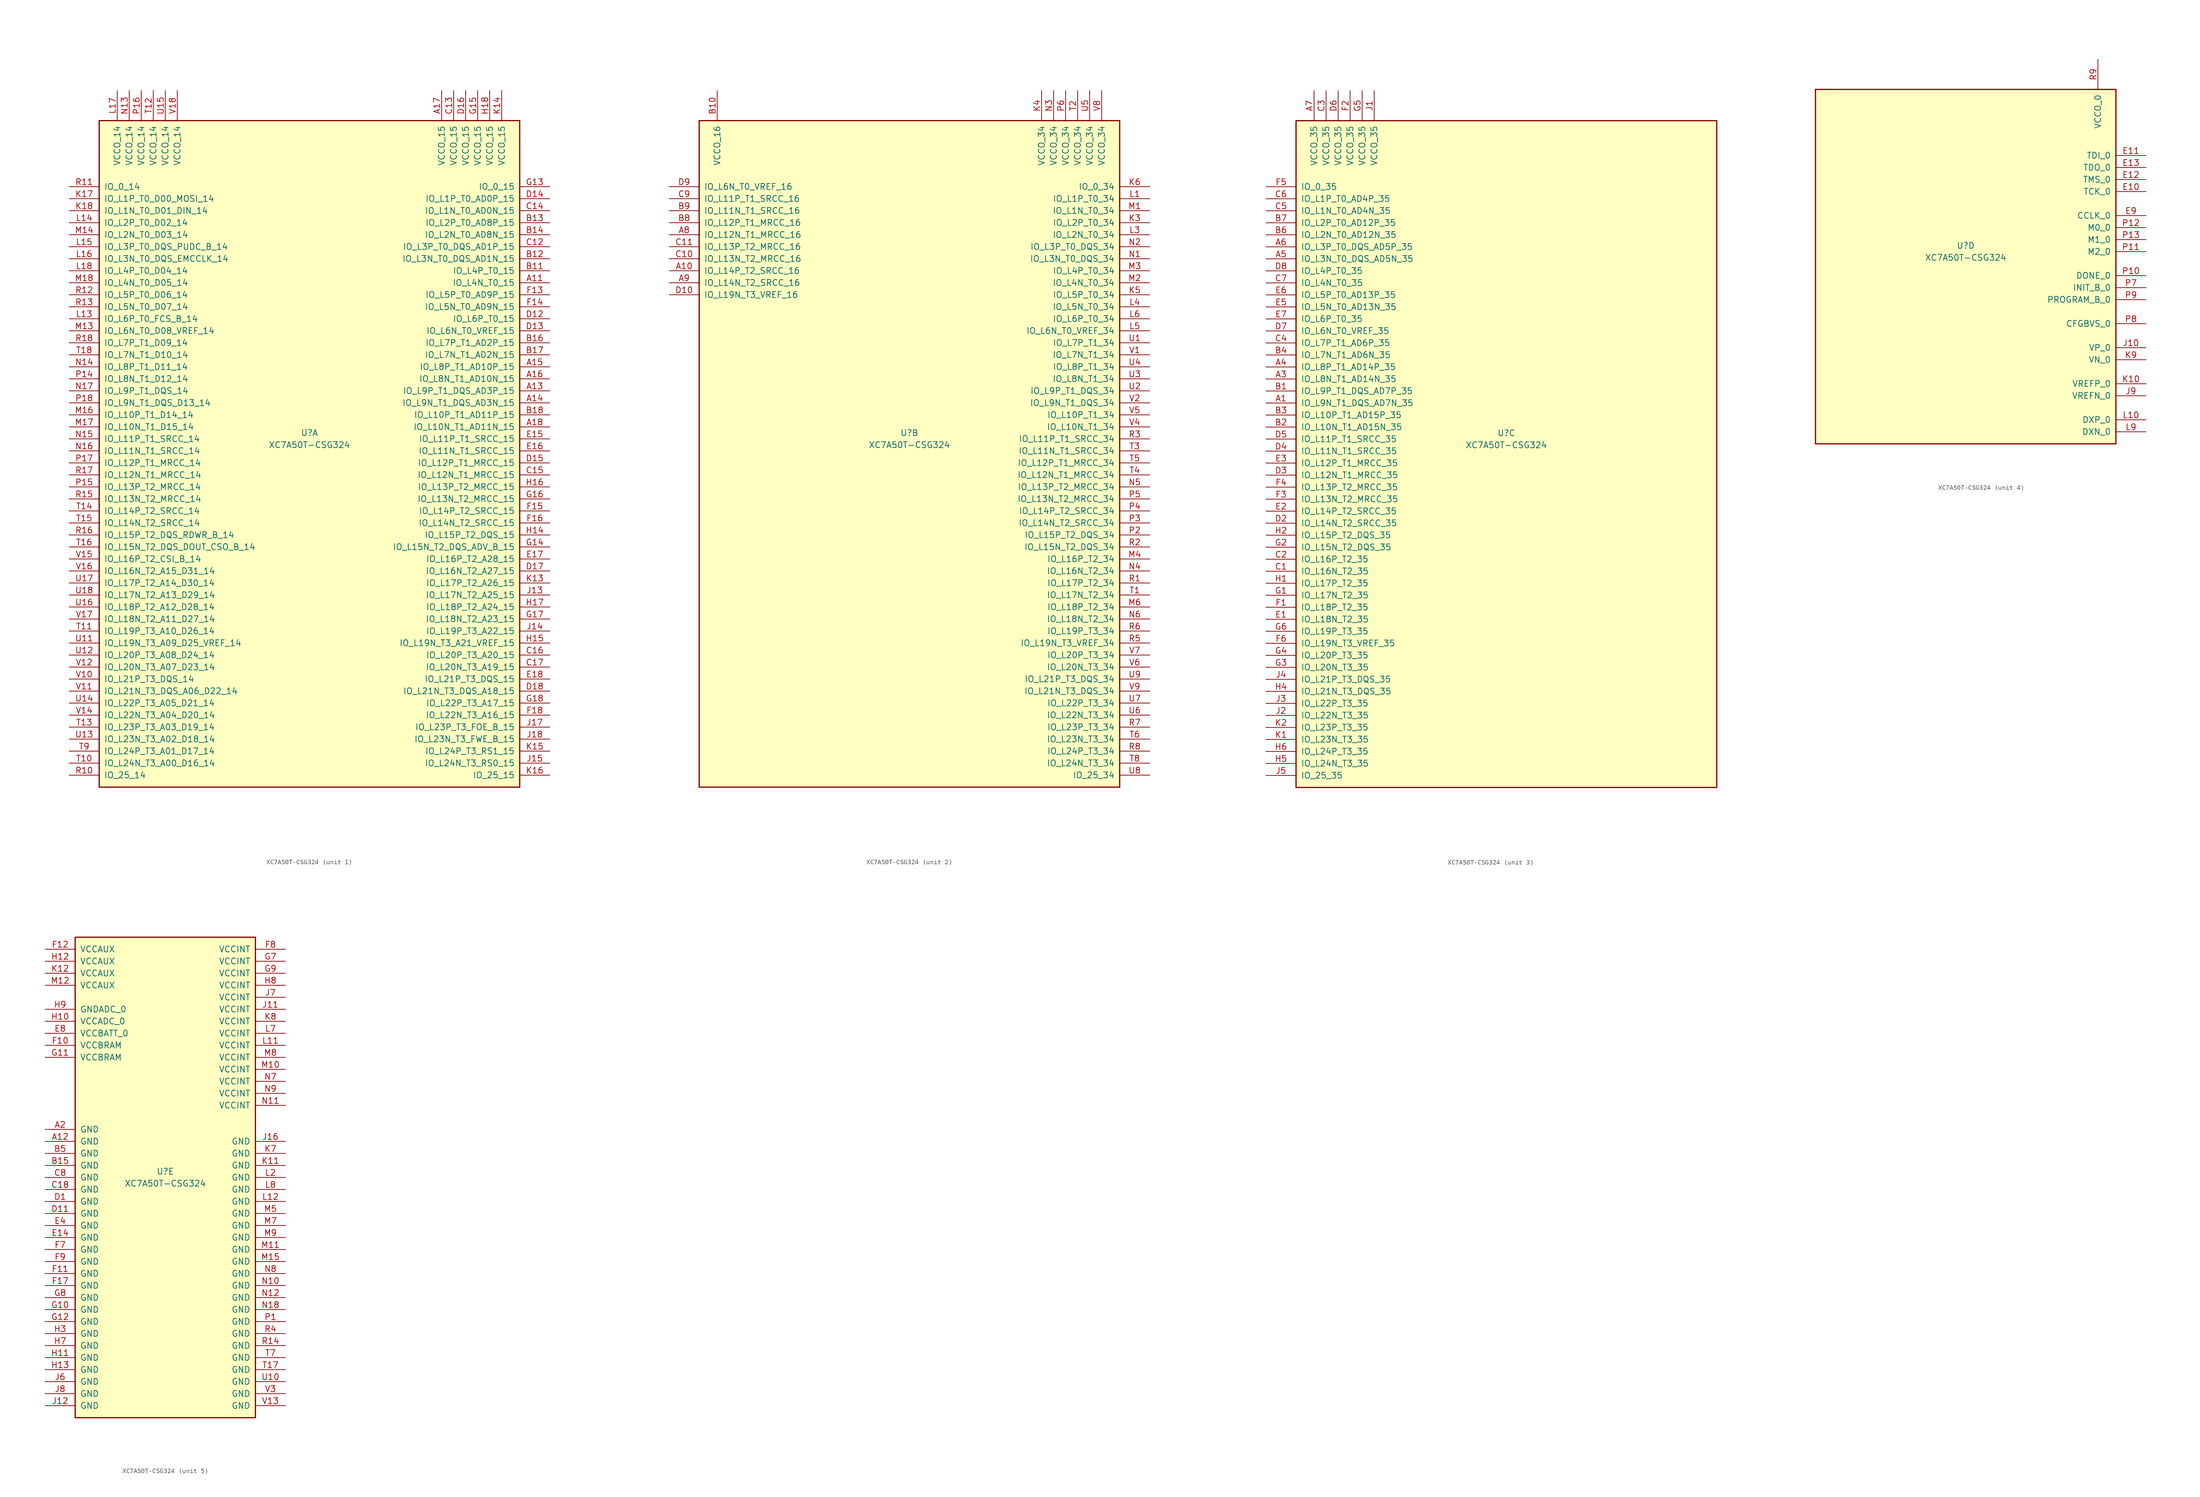
<source format=kicad_sym>
(kicad_symbol_lib
  (version 20211014)
  (generator kicad_symbol_editor)
  (symbol "XC7A50T-CSG324"
    (pin_names
      (offset 1.016))
    (property "Reference" "U"
      (at 0 1.27 0)
      (effects (font (size 1.27 1.27))))
    (property "Value" "XC7A50T-CSG324"
      (at 0 -1.27 0)
      (effects (font (size 1.27 1.27))))
    (property "Datasheet" ""
      (at 0 0 0)
      (effects (font (size 1.27 1.27))))
    (property "ki_locked" ""
      (at 0 0 0)
      (effects (font (size 1.27 1.27))))
    (symbol "XC7A50T-CSG324_1_1"
      (rectangle (start -44.45 67.31) (end 44.45 -73.66) (stroke (width 0.254) (type default) (color 0 0 0 0)) (fill (type background)))
      (pin bidirectional line (at 50.8 33.02 180) (length 6.35) (name "IO_L4N_T0_15" (effects (font (size 1.27 1.27)))) (number "A11" (effects (font (size 1.27 1.27)))))
      (pin bidirectional line (at 50.8 10.16 180) (length 6.35) (name "IO_L9P_T1_DQS_AD3P_15" (effects (font (size 1.27 1.27)))) (number "A13" (effects (font (size 1.27 1.27)))))
      (pin bidirectional line (at 50.8 7.62 180) (length 6.35) (name "IO_L9N_T1_DQS_AD3N_15" (effects (font (size 1.27 1.27)))) (number "A14" (effects (font (size 1.27 1.27)))))
      (pin bidirectional line (at 50.8 15.24 180) (length 6.35) (name "IO_L8P_T1_AD10P_15" (effects (font (size 1.27 1.27)))) (number "A15" (effects (font (size 1.27 1.27)))))
      (pin bidirectional line (at 50.8 12.7 180) (length 6.35) (name "IO_L8N_T1_AD10N_15" (effects (font (size 1.27 1.27)))) (number "A16" (effects (font (size 1.27 1.27)))))
      (pin power_in line (at 27.94 73.66 270) (length 6.35) (name "VCCO_15" (effects (font (size 1.27 1.27)))) (number "A17" (effects (font (size 1.27 1.27)))))
      (pin bidirectional line (at 50.8 2.54 180) (length 6.35) (name "IO_L10N_T1_AD11N_15" (effects (font (size 1.27 1.27)))) (number "A18" (effects (font (size 1.27 1.27)))))
      (pin bidirectional line (at 50.8 35.56 180) (length 6.35) (name "IO_L4P_T0_15" (effects (font (size 1.27 1.27)))) (number "B11" (effects (font (size 1.27 1.27)))))
      (pin bidirectional line (at 50.8 38.1 180) (length 6.35) (name "IO_L3N_T0_DQS_AD1N_15" (effects (font (size 1.27 1.27)))) (number "B12" (effects (font (size 1.27 1.27)))))
      (pin bidirectional line (at 50.8 45.72 180) (length 6.35) (name "IO_L2P_T0_AD8P_15" (effects (font (size 1.27 1.27)))) (number "B13" (effects (font (size 1.27 1.27)))))
      (pin bidirectional line (at 50.8 43.18 180) (length 6.35) (name "IO_L2N_T0_AD8N_15" (effects (font (size 1.27 1.27)))) (number "B14" (effects (font (size 1.27 1.27)))))
      (pin bidirectional line (at 50.8 20.32 180) (length 6.35) (name "IO_L7P_T1_AD2P_15" (effects (font (size 1.27 1.27)))) (number "B16" (effects (font (size 1.27 1.27)))))
      (pin bidirectional line (at 50.8 17.78 180) (length 6.35) (name "IO_L7N_T1_AD2N_15" (effects (font (size 1.27 1.27)))) (number "B17" (effects (font (size 1.27 1.27)))))
      (pin bidirectional line (at 50.8 5.08 180) (length 6.35) (name "IO_L10P_T1_AD11P_15" (effects (font (size 1.27 1.27)))) (number "B18" (effects (font (size 1.27 1.27)))))
      (pin bidirectional line (at 50.8 40.64 180) (length 6.35) (name "IO_L3P_T0_DQS_AD1P_15" (effects (font (size 1.27 1.27)))) (number "C12" (effects (font (size 1.27 1.27)))))
      (pin power_in line (at 30.48 73.66 270) (length 6.35) (name "VCCO_15" (effects (font (size 1.27 1.27)))) (number "C13" (effects (font (size 1.27 1.27)))))
      (pin bidirectional line (at 50.8 48.26 180) (length 6.35) (name "IO_L1N_T0_AD0N_15" (effects (font (size 1.27 1.27)))) (number "C14" (effects (font (size 1.27 1.27)))))
      (pin bidirectional line (at 50.8 -7.62 180) (length 6.35) (name "IO_L12N_T1_MRCC_15" (effects (font (size 1.27 1.27)))) (number "C15" (effects (font (size 1.27 1.27)))))
      (pin bidirectional line (at 50.8 -45.72 180) (length 6.35) (name "IO_L20P_T3_A20_15" (effects (font (size 1.27 1.27)))) (number "C16" (effects (font (size 1.27 1.27)))))
      (pin bidirectional line (at 50.8 -48.26 180) (length 6.35) (name "IO_L20N_T3_A19_15" (effects (font (size 1.27 1.27)))) (number "C17" (effects (font (size 1.27 1.27)))))
      (pin bidirectional line (at 50.8 25.4 180) (length 6.35) (name "IO_L6P_T0_15" (effects (font (size 1.27 1.27)))) (number "D12" (effects (font (size 1.27 1.27)))))
      (pin bidirectional line (at 50.8 22.86 180) (length 6.35) (name "IO_L6N_T0_VREF_15" (effects (font (size 1.27 1.27)))) (number "D13" (effects (font (size 1.27 1.27)))))
      (pin bidirectional line (at 50.8 50.8 180) (length 6.35) (name "IO_L1P_T0_AD0P_15" (effects (font (size 1.27 1.27)))) (number "D14" (effects (font (size 1.27 1.27)))))
      (pin bidirectional line (at 50.8 -5.08 180) (length 6.35) (name "IO_L12P_T1_MRCC_15" (effects (font (size 1.27 1.27)))) (number "D15" (effects (font (size 1.27 1.27)))))
      (pin power_in line (at 33.02 73.66 270) (length 6.35) (name "VCCO_15" (effects (font (size 1.27 1.27)))) (number "D16" (effects (font (size 1.27 1.27)))))
      (pin bidirectional line (at 50.8 -27.94 180) (length 6.35) (name "IO_L16N_T2_A27_15" (effects (font (size 1.27 1.27)))) (number "D17" (effects (font (size 1.27 1.27)))))
      (pin bidirectional line (at 50.8 -53.34 180) (length 6.35) (name "IO_L21N_T3_DQS_A18_15" (effects (font (size 1.27 1.27)))) (number "D18" (effects (font (size 1.27 1.27)))))
      (pin bidirectional line (at 50.8 0 180) (length 6.35) (name "IO_L11P_T1_SRCC_15" (effects (font (size 1.27 1.27)))) (number "E15" (effects (font (size 1.27 1.27)))))
      (pin bidirectional line (at 50.8 -2.54 180) (length 6.35) (name "IO_L11N_T1_SRCC_15" (effects (font (size 1.27 1.27)))) (number "E16" (effects (font (size 1.27 1.27)))))
      (pin bidirectional line (at 50.8 -25.4 180) (length 6.35) (name "IO_L16P_T2_A28_15" (effects (font (size 1.27 1.27)))) (number "E17" (effects (font (size 1.27 1.27)))))
      (pin bidirectional line (at 50.8 -50.8 180) (length 6.35) (name "IO_L21P_T3_DQS_15" (effects (font (size 1.27 1.27)))) (number "E18" (effects (font (size 1.27 1.27)))))
      (pin bidirectional line (at 50.8 30.48 180) (length 6.35) (name "IO_L5P_T0_AD9P_15" (effects (font (size 1.27 1.27)))) (number "F13" (effects (font (size 1.27 1.27)))))
      (pin bidirectional line (at 50.8 27.94 180) (length 6.35) (name "IO_L5N_T0_AD9N_15" (effects (font (size 1.27 1.27)))) (number "F14" (effects (font (size 1.27 1.27)))))
      (pin bidirectional line (at 50.8 -15.24 180) (length 6.35) (name "IO_L14P_T2_SRCC_15" (effects (font (size 1.27 1.27)))) (number "F15" (effects (font (size 1.27 1.27)))))
      (pin bidirectional line (at 50.8 -17.78 180) (length 6.35) (name "IO_L14N_T2_SRCC_15" (effects (font (size 1.27 1.27)))) (number "F16" (effects (font (size 1.27 1.27)))))
      (pin bidirectional line (at 50.8 -58.42 180) (length 6.35) (name "IO_L22N_T3_A16_15" (effects (font (size 1.27 1.27)))) (number "F18" (effects (font (size 1.27 1.27)))))
      (pin bidirectional line (at 50.8 53.34 180) (length 6.35) (name "IO_0_15" (effects (font (size 1.27 1.27)))) (number "G13" (effects (font (size 1.27 1.27)))))
      (pin bidirectional line (at 50.8 -22.86 180) (length 6.35) (name "IO_L15N_T2_DQS_ADV_B_15" (effects (font (size 1.27 1.27)))) (number "G14" (effects (font (size 1.27 1.27)))))
      (pin power_in line (at 35.56 73.66 270) (length 6.35) (name "VCCO_15" (effects (font (size 1.27 1.27)))) (number "G15" (effects (font (size 1.27 1.27)))))
      (pin bidirectional line (at 50.8 -12.7 180) (length 6.35) (name "IO_L13N_T2_MRCC_15" (effects (font (size 1.27 1.27)))) (number "G16" (effects (font (size 1.27 1.27)))))
      (pin bidirectional line (at 50.8 -38.1 180) (length 6.35) (name "IO_L18N_T2_A23_15" (effects (font (size 1.27 1.27)))) (number "G17" (effects (font (size 1.27 1.27)))))
      (pin bidirectional line (at 50.8 -55.88 180) (length 6.35) (name "IO_L22P_T3_A17_15" (effects (font (size 1.27 1.27)))) (number "G18" (effects (font (size 1.27 1.27)))))
      (pin bidirectional line (at 50.8 -20.32 180) (length 6.35) (name "IO_L15P_T2_DQS_15" (effects (font (size 1.27 1.27)))) (number "H14" (effects (font (size 1.27 1.27)))))
      (pin bidirectional line (at 50.8 -43.18 180) (length 6.35) (name "IO_L19N_T3_A21_VREF_15" (effects (font (size 1.27 1.27)))) (number "H15" (effects (font (size 1.27 1.27)))))
      (pin bidirectional line (at 50.8 -10.16 180) (length 6.35) (name "IO_L13P_T2_MRCC_15" (effects (font (size 1.27 1.27)))) (number "H16" (effects (font (size 1.27 1.27)))))
      (pin bidirectional line (at 50.8 -35.56 180) (length 6.35) (name "IO_L18P_T2_A24_15" (effects (font (size 1.27 1.27)))) (number "H17" (effects (font (size 1.27 1.27)))))
      (pin power_in line (at 38.1 73.66 270) (length 6.35) (name "VCCO_15" (effects (font (size 1.27 1.27)))) (number "H18" (effects (font (size 1.27 1.27)))))
      (pin bidirectional line (at 50.8 -33.02 180) (length 6.35) (name "IO_L17N_T2_A25_15" (effects (font (size 1.27 1.27)))) (number "J13" (effects (font (size 1.27 1.27)))))
      (pin bidirectional line (at 50.8 -40.64 180) (length 6.35) (name "IO_L19P_T3_A22_15" (effects (font (size 1.27 1.27)))) (number "J14" (effects (font (size 1.27 1.27)))))
      (pin bidirectional line (at 50.8 -68.58 180) (length 6.35) (name "IO_L24N_T3_RS0_15" (effects (font (size 1.27 1.27)))) (number "J15" (effects (font (size 1.27 1.27)))))
      (pin bidirectional line (at 50.8 -60.96 180) (length 6.35) (name "IO_L23P_T3_FOE_B_15" (effects (font (size 1.27 1.27)))) (number "J17" (effects (font (size 1.27 1.27)))))
      (pin bidirectional line (at 50.8 -63.5 180) (length 6.35) (name "IO_L23N_T3_FWE_B_15" (effects (font (size 1.27 1.27)))) (number "J18" (effects (font (size 1.27 1.27)))))
      (pin bidirectional line (at 50.8 -30.48 180) (length 6.35) (name "IO_L17P_T2_A26_15" (effects (font (size 1.27 1.27)))) (number "K13" (effects (font (size 1.27 1.27)))))
      (pin power_in line (at 40.64 73.66 270) (length 6.35) (name "VCCO_15" (effects (font (size 1.27 1.27)))) (number "K14" (effects (font (size 1.27 1.27)))))
      (pin bidirectional line (at 50.8 -66.04 180) (length 6.35) (name "IO_L24P_T3_RS1_15" (effects (font (size 1.27 1.27)))) (number "K15" (effects (font (size 1.27 1.27)))))
      (pin bidirectional line (at 50.8 -71.12 180) (length 6.35) (name "IO_25_15" (effects (font (size 1.27 1.27)))) (number "K16" (effects (font (size 1.27 1.27)))))
      (pin bidirectional line (at -50.8 50.8 0) (length 6.35) (name "IO_L1P_T0_D00_MOSI_14" (effects (font (size 1.27 1.27)))) (number "K17" (effects (font (size 1.27 1.27)))))
      (pin bidirectional line (at -50.8 48.26 0) (length 6.35) (name "IO_L1N_T0_D01_DIN_14" (effects (font (size 1.27 1.27)))) (number "K18" (effects (font (size 1.27 1.27)))))
      (pin bidirectional line (at -50.8 25.4 0) (length 6.35) (name "IO_L6P_T0_FCS_B_14" (effects (font (size 1.27 1.27)))) (number "L13" (effects (font (size 1.27 1.27)))))
      (pin bidirectional line (at -50.8 45.72 0) (length 6.35) (name "IO_L2P_T0_D02_14" (effects (font (size 1.27 1.27)))) (number "L14" (effects (font (size 1.27 1.27)))))
      (pin bidirectional line (at -50.8 40.64 0) (length 6.35) (name "IO_L3P_T0_DQS_PUDC_B_14" (effects (font (size 1.27 1.27)))) (number "L15" (effects (font (size 1.27 1.27)))))
      (pin bidirectional line (at -50.8 38.1 0) (length 6.35) (name "IO_L3N_T0_DQS_EMCCLK_14" (effects (font (size 1.27 1.27)))) (number "L16" (effects (font (size 1.27 1.27)))))
      (pin power_in line (at -40.64 73.66 270) (length 6.35) (name "VCCO_14" (effects (font (size 1.27 1.27)))) (number "L17" (effects (font (size 1.27 1.27)))))
      (pin bidirectional line (at -50.8 35.56 0) (length 6.35) (name "IO_L4P_T0_D04_14" (effects (font (size 1.27 1.27)))) (number "L18" (effects (font (size 1.27 1.27)))))
      (pin bidirectional line (at -50.8 22.86 0) (length 6.35) (name "IO_L6N_T0_D08_VREF_14" (effects (font (size 1.27 1.27)))) (number "M13" (effects (font (size 1.27 1.27)))))
      (pin bidirectional line (at -50.8 43.18 0) (length 6.35) (name "IO_L2N_T0_D03_14" (effects (font (size 1.27 1.27)))) (number "M14" (effects (font (size 1.27 1.27)))))
      (pin bidirectional line (at -50.8 5.08 0) (length 6.35) (name "IO_L10P_T1_D14_14" (effects (font (size 1.27 1.27)))) (number "M16" (effects (font (size 1.27 1.27)))))
      (pin bidirectional line (at -50.8 2.54 0) (length 6.35) (name "IO_L10N_T1_D15_14" (effects (font (size 1.27 1.27)))) (number "M17" (effects (font (size 1.27 1.27)))))
      (pin bidirectional line (at -50.8 33.02 0) (length 6.35) (name "IO_L4N_T0_D05_14" (effects (font (size 1.27 1.27)))) (number "M18" (effects (font (size 1.27 1.27)))))
      (pin power_in line (at -38.1 73.66 270) (length 6.35) (name "VCCO_14" (effects (font (size 1.27 1.27)))) (number "N13" (effects (font (size 1.27 1.27)))))
      (pin bidirectional line (at -50.8 15.24 0) (length 6.35) (name "IO_L8P_T1_D11_14" (effects (font (size 1.27 1.27)))) (number "N14" (effects (font (size 1.27 1.27)))))
      (pin bidirectional line (at -50.8 0 0) (length 6.35) (name "IO_L11P_T1_SRCC_14" (effects (font (size 1.27 1.27)))) (number "N15" (effects (font (size 1.27 1.27)))))
      (pin bidirectional line (at -50.8 -2.54 0) (length 6.35) (name "IO_L11N_T1_SRCC_14" (effects (font (size 1.27 1.27)))) (number "N16" (effects (font (size 1.27 1.27)))))
      (pin bidirectional line (at -50.8 10.16 0) (length 6.35) (name "IO_L9P_T1_DQS_14" (effects (font (size 1.27 1.27)))) (number "N17" (effects (font (size 1.27 1.27)))))
      (pin bidirectional line (at -50.8 12.7 0) (length 6.35) (name "IO_L8N_T1_D12_14" (effects (font (size 1.27 1.27)))) (number "P14" (effects (font (size 1.27 1.27)))))
      (pin bidirectional line (at -50.8 -10.16 0) (length 6.35) (name "IO_L13P_T2_MRCC_14" (effects (font (size 1.27 1.27)))) (number "P15" (effects (font (size 1.27 1.27)))))
      (pin power_in line (at -35.56 73.66 270) (length 6.35) (name "VCCO_14" (effects (font (size 1.27 1.27)))) (number "P16" (effects (font (size 1.27 1.27)))))
      (pin bidirectional line (at -50.8 -5.08 0) (length 6.35) (name "IO_L12P_T1_MRCC_14" (effects (font (size 1.27 1.27)))) (number "P17" (effects (font (size 1.27 1.27)))))
      (pin bidirectional line (at -50.8 7.62 0) (length 6.35) (name "IO_L9N_T1_DQS_D13_14" (effects (font (size 1.27 1.27)))) (number "P18" (effects (font (size 1.27 1.27)))))
      (pin bidirectional line (at -50.8 -71.12 0) (length 6.35) (name "IO_25_14" (effects (font (size 1.27 1.27)))) (number "R10" (effects (font (size 1.27 1.27)))))
      (pin bidirectional line (at -50.8 53.34 0) (length 6.35) (name "IO_0_14" (effects (font (size 1.27 1.27)))) (number "R11" (effects (font (size 1.27 1.27)))))
      (pin bidirectional line (at -50.8 30.48 0) (length 6.35) (name "IO_L5P_T0_D06_14" (effects (font (size 1.27 1.27)))) (number "R12" (effects (font (size 1.27 1.27)))))
      (pin bidirectional line (at -50.8 27.94 0) (length 6.35) (name "IO_L5N_T0_D07_14" (effects (font (size 1.27 1.27)))) (number "R13" (effects (font (size 1.27 1.27)))))
      (pin bidirectional line (at -50.8 -12.7 0) (length 6.35) (name "IO_L13N_T2_MRCC_14" (effects (font (size 1.27 1.27)))) (number "R15" (effects (font (size 1.27 1.27)))))
      (pin bidirectional line (at -50.8 -20.32 0) (length 6.35) (name "IO_L15P_T2_DQS_RDWR_B_14" (effects (font (size 1.27 1.27)))) (number "R16" (effects (font (size 1.27 1.27)))))
      (pin bidirectional line (at -50.8 -7.62 0) (length 6.35) (name "IO_L12N_T1_MRCC_14" (effects (font (size 1.27 1.27)))) (number "R17" (effects (font (size 1.27 1.27)))))
      (pin bidirectional line (at -50.8 20.32 0) (length 6.35) (name "IO_L7P_T1_D09_14" (effects (font (size 1.27 1.27)))) (number "R18" (effects (font (size 1.27 1.27)))))
      (pin bidirectional line (at -50.8 -68.58 0) (length 6.35) (name "IO_L24N_T3_A00_D16_14" (effects (font (size 1.27 1.27)))) (number "T10" (effects (font (size 1.27 1.27)))))
      (pin bidirectional line (at -50.8 -40.64 0) (length 6.35) (name "IO_L19P_T3_A10_D26_14" (effects (font (size 1.27 1.27)))) (number "T11" (effects (font (size 1.27 1.27)))))
      (pin power_in line (at -33.02 73.66 270) (length 6.35) (name "VCCO_14" (effects (font (size 1.27 1.27)))) (number "T12" (effects (font (size 1.27 1.27)))))
      (pin bidirectional line (at -50.8 -60.96 0) (length 6.35) (name "IO_L23P_T3_A03_D19_14" (effects (font (size 1.27 1.27)))) (number "T13" (effects (font (size 1.27 1.27)))))
      (pin bidirectional line (at -50.8 -15.24 0) (length 6.35) (name "IO_L14P_T2_SRCC_14" (effects (font (size 1.27 1.27)))) (number "T14" (effects (font (size 1.27 1.27)))))
      (pin bidirectional line (at -50.8 -17.78 0) (length 6.35) (name "IO_L14N_T2_SRCC_14" (effects (font (size 1.27 1.27)))) (number "T15" (effects (font (size 1.27 1.27)))))
      (pin bidirectional line (at -50.8 -22.86 0) (length 6.35) (name "IO_L15N_T2_DQS_DOUT_CSO_B_14" (effects (font (size 1.27 1.27)))) (number "T16" (effects (font (size 1.27 1.27)))))
      (pin bidirectional line (at -50.8 17.78 0) (length 6.35) (name "IO_L7N_T1_D10_14" (effects (font (size 1.27 1.27)))) (number "T18" (effects (font (size 1.27 1.27)))))
      (pin bidirectional line (at -50.8 -66.04 0) (length 6.35) (name "IO_L24P_T3_A01_D17_14" (effects (font (size 1.27 1.27)))) (number "T9" (effects (font (size 1.27 1.27)))))
      (pin bidirectional line (at -50.8 -43.18 0) (length 6.35) (name "IO_L19N_T3_A09_D25_VREF_14" (effects (font (size 1.27 1.27)))) (number "U11" (effects (font (size 1.27 1.27)))))
      (pin bidirectional line (at -50.8 -45.72 0) (length 6.35) (name "IO_L20P_T3_A08_D24_14" (effects (font (size 1.27 1.27)))) (number "U12" (effects (font (size 1.27 1.27)))))
      (pin bidirectional line (at -50.8 -63.5 0) (length 6.35) (name "IO_L23N_T3_A02_D18_14" (effects (font (size 1.27 1.27)))) (number "U13" (effects (font (size 1.27 1.27)))))
      (pin bidirectional line (at -50.8 -55.88 0) (length 6.35) (name "IO_L22P_T3_A05_D21_14" (effects (font (size 1.27 1.27)))) (number "U14" (effects (font (size 1.27 1.27)))))
      (pin power_in line (at -30.48 73.66 270) (length 6.35) (name "VCCO_14" (effects (font (size 1.27 1.27)))) (number "U15" (effects (font (size 1.27 1.27)))))
      (pin bidirectional line (at -50.8 -35.56 0) (length 6.35) (name "IO_L18P_T2_A12_D28_14" (effects (font (size 1.27 1.27)))) (number "U16" (effects (font (size 1.27 1.27)))))
      (pin bidirectional line (at -50.8 -30.48 0) (length 6.35) (name "IO_L17P_T2_A14_D30_14" (effects (font (size 1.27 1.27)))) (number "U17" (effects (font (size 1.27 1.27)))))
      (pin bidirectional line (at -50.8 -33.02 0) (length 6.35) (name "IO_L17N_T2_A13_D29_14" (effects (font (size 1.27 1.27)))) (number "U18" (effects (font (size 1.27 1.27)))))
      (pin bidirectional line (at -50.8 -50.8 0) (length 6.35) (name "IO_L21P_T3_DQS_14" (effects (font (size 1.27 1.27)))) (number "V10" (effects (font (size 1.27 1.27)))))
      (pin bidirectional line (at -50.8 -53.34 0) (length 6.35) (name "IO_L21N_T3_DQS_A06_D22_14" (effects (font (size 1.27 1.27)))) (number "V11" (effects (font (size 1.27 1.27)))))
      (pin bidirectional line (at -50.8 -48.26 0) (length 6.35) (name "IO_L20N_T3_A07_D23_14" (effects (font (size 1.27 1.27)))) (number "V12" (effects (font (size 1.27 1.27)))))
      (pin bidirectional line (at -50.8 -58.42 0) (length 6.35) (name "IO_L22N_T3_A04_D20_14" (effects (font (size 1.27 1.27)))) (number "V14" (effects (font (size 1.27 1.27)))))
      (pin bidirectional line (at -50.8 -25.4 0) (length 6.35) (name "IO_L16P_T2_CSI_B_14" (effects (font (size 1.27 1.27)))) (number "V15" (effects (font (size 1.27 1.27)))))
      (pin bidirectional line (at -50.8 -27.94 0) (length 6.35) (name "IO_L16N_T2_A15_D31_14" (effects (font (size 1.27 1.27)))) (number "V16" (effects (font (size 1.27 1.27)))))
      (pin bidirectional line (at -50.8 -38.1 0) (length 6.35) (name "IO_L18N_T2_A11_D27_14" (effects (font (size 1.27 1.27)))) (number "V17" (effects (font (size 1.27 1.27)))))
      (pin power_in line (at -27.94 73.66 270) (length 6.35) (name "VCCO_14" (effects (font (size 1.27 1.27)))) (number "V18" (effects (font (size 1.27 1.27))))))
    (symbol "XC7A50T-CSG324_2_1"
      (rectangle (start -44.45 67.31) (end 44.45 -73.66) (stroke (width 0.254) (type default) (color 0 0 0 0)) (fill (type background)))
      (pin bidirectional line (at -50.8 35.56 0) (length 6.35) (name "IO_L14P_T2_SRCC_16" (effects (font (size 1.27 1.27)))) (number "A10" (effects (font (size 1.27 1.27)))))
      (pin bidirectional line (at -50.8 43.18 0) (length 6.35) (name "IO_L12N_T1_MRCC_16" (effects (font (size 1.27 1.27)))) (number "A8" (effects (font (size 1.27 1.27)))))
      (pin bidirectional line (at -50.8 33.02 0) (length 6.35) (name "IO_L14N_T2_SRCC_16" (effects (font (size 1.27 1.27)))) (number "A9" (effects (font (size 1.27 1.27)))))
      (pin power_in line (at -40.64 73.66 270) (length 6.35) (name "VCCO_16" (effects (font (size 1.27 1.27)))) (number "B10" (effects (font (size 1.27 1.27)))))
      (pin bidirectional line (at -50.8 45.72 0) (length 6.35) (name "IO_L12P_T1_MRCC_16" (effects (font (size 1.27 1.27)))) (number "B8" (effects (font (size 1.27 1.27)))))
      (pin bidirectional line (at -50.8 48.26 0) (length 6.35) (name "IO_L11N_T1_SRCC_16" (effects (font (size 1.27 1.27)))) (number "B9" (effects (font (size 1.27 1.27)))))
      (pin bidirectional line (at -50.8 38.1 0) (length 6.35) (name "IO_L13N_T2_MRCC_16" (effects (font (size 1.27 1.27)))) (number "C10" (effects (font (size 1.27 1.27)))))
      (pin bidirectional line (at -50.8 40.64 0) (length 6.35) (name "IO_L13P_T2_MRCC_16" (effects (font (size 1.27 1.27)))) (number "C11" (effects (font (size 1.27 1.27)))))
      (pin bidirectional line (at -50.8 50.8 0) (length 6.35) (name "IO_L11P_T1_SRCC_16" (effects (font (size 1.27 1.27)))) (number "C9" (effects (font (size 1.27 1.27)))))
      (pin bidirectional line (at -50.8 30.48 0) (length 6.35) (name "IO_L19N_T3_VREF_16" (effects (font (size 1.27 1.27)))) (number "D10" (effects (font (size 1.27 1.27)))))
      (pin bidirectional line (at -50.8 53.34 0) (length 6.35) (name "IO_L6N_T0_VREF_16" (effects (font (size 1.27 1.27)))) (number "D9" (effects (font (size 1.27 1.27)))))
      (pin bidirectional line (at 50.8 45.72 180) (length 6.35) (name "IO_L2P_T0_34" (effects (font (size 1.27 1.27)))) (number "K3" (effects (font (size 1.27 1.27)))))
      (pin power_in line (at 27.94 73.66 270) (length 6.35) (name "VCCO_34" (effects (font (size 1.27 1.27)))) (number "K4" (effects (font (size 1.27 1.27)))))
      (pin bidirectional line (at 50.8 30.48 180) (length 6.35) (name "IO_L5P_T0_34" (effects (font (size 1.27 1.27)))) (number "K5" (effects (font (size 1.27 1.27)))))
      (pin bidirectional line (at 50.8 53.34 180) (length 6.35) (name "IO_0_34" (effects (font (size 1.27 1.27)))) (number "K6" (effects (font (size 1.27 1.27)))))
      (pin bidirectional line (at 50.8 50.8 180) (length 6.35) (name "IO_L1P_T0_34" (effects (font (size 1.27 1.27)))) (number "L1" (effects (font (size 1.27 1.27)))))
      (pin bidirectional line (at 50.8 43.18 180) (length 6.35) (name "IO_L2N_T0_34" (effects (font (size 1.27 1.27)))) (number "L3" (effects (font (size 1.27 1.27)))))
      (pin bidirectional line (at 50.8 27.94 180) (length 6.35) (name "IO_L5N_T0_34" (effects (font (size 1.27 1.27)))) (number "L4" (effects (font (size 1.27 1.27)))))
      (pin bidirectional line (at 50.8 22.86 180) (length 6.35) (name "IO_L6N_T0_VREF_34" (effects (font (size 1.27 1.27)))) (number "L5" (effects (font (size 1.27 1.27)))))
      (pin bidirectional line (at 50.8 25.4 180) (length 6.35) (name "IO_L6P_T0_34" (effects (font (size 1.27 1.27)))) (number "L6" (effects (font (size 1.27 1.27)))))
      (pin bidirectional line (at 50.8 48.26 180) (length 6.35) (name "IO_L1N_T0_34" (effects (font (size 1.27 1.27)))) (number "M1" (effects (font (size 1.27 1.27)))))
      (pin bidirectional line (at 50.8 33.02 180) (length 6.35) (name "IO_L4N_T0_34" (effects (font (size 1.27 1.27)))) (number "M2" (effects (font (size 1.27 1.27)))))
      (pin bidirectional line (at 50.8 35.56 180) (length 6.35) (name "IO_L4P_T0_34" (effects (font (size 1.27 1.27)))) (number "M3" (effects (font (size 1.27 1.27)))))
      (pin bidirectional line (at 50.8 -25.4 180) (length 6.35) (name "IO_L16P_T2_34" (effects (font (size 1.27 1.27)))) (number "M4" (effects (font (size 1.27 1.27)))))
      (pin bidirectional line (at 50.8 -35.56 180) (length 6.35) (name "IO_L18P_T2_34" (effects (font (size 1.27 1.27)))) (number "M6" (effects (font (size 1.27 1.27)))))
      (pin bidirectional line (at 50.8 38.1 180) (length 6.35) (name "IO_L3N_T0_DQS_34" (effects (font (size 1.27 1.27)))) (number "N1" (effects (font (size 1.27 1.27)))))
      (pin bidirectional line (at 50.8 40.64 180) (length 6.35) (name "IO_L3P_T0_DQS_34" (effects (font (size 1.27 1.27)))) (number "N2" (effects (font (size 1.27 1.27)))))
      (pin power_in line (at 30.48 73.66 270) (length 6.35) (name "VCCO_34" (effects (font (size 1.27 1.27)))) (number "N3" (effects (font (size 1.27 1.27)))))
      (pin bidirectional line (at 50.8 -27.94 180) (length 6.35) (name "IO_L16N_T2_34" (effects (font (size 1.27 1.27)))) (number "N4" (effects (font (size 1.27 1.27)))))
      (pin bidirectional line (at 50.8 -10.16 180) (length 6.35) (name "IO_L13P_T2_MRCC_34" (effects (font (size 1.27 1.27)))) (number "N5" (effects (font (size 1.27 1.27)))))
      (pin bidirectional line (at 50.8 -38.1 180) (length 6.35) (name "IO_L18N_T2_34" (effects (font (size 1.27 1.27)))) (number "N6" (effects (font (size 1.27 1.27)))))
      (pin bidirectional line (at 50.8 -20.32 180) (length 6.35) (name "IO_L15P_T2_DQS_34" (effects (font (size 1.27 1.27)))) (number "P2" (effects (font (size 1.27 1.27)))))
      (pin bidirectional line (at 50.8 -17.78 180) (length 6.35) (name "IO_L14N_T2_SRCC_34" (effects (font (size 1.27 1.27)))) (number "P3" (effects (font (size 1.27 1.27)))))
      (pin bidirectional line (at 50.8 -15.24 180) (length 6.35) (name "IO_L14P_T2_SRCC_34" (effects (font (size 1.27 1.27)))) (number "P4" (effects (font (size 1.27 1.27)))))
      (pin bidirectional line (at 50.8 -12.7 180) (length 6.35) (name "IO_L13N_T2_MRCC_34" (effects (font (size 1.27 1.27)))) (number "P5" (effects (font (size 1.27 1.27)))))
      (pin power_in line (at 33.02 73.66 270) (length 6.35) (name "VCCO_34" (effects (font (size 1.27 1.27)))) (number "P6" (effects (font (size 1.27 1.27)))))
      (pin bidirectional line (at 50.8 -30.48 180) (length 6.35) (name "IO_L17P_T2_34" (effects (font (size 1.27 1.27)))) (number "R1" (effects (font (size 1.27 1.27)))))
      (pin bidirectional line (at 50.8 -22.86 180) (length 6.35) (name "IO_L15N_T2_DQS_34" (effects (font (size 1.27 1.27)))) (number "R2" (effects (font (size 1.27 1.27)))))
      (pin bidirectional line (at 50.8 0 180) (length 6.35) (name "IO_L11P_T1_SRCC_34" (effects (font (size 1.27 1.27)))) (number "R3" (effects (font (size 1.27 1.27)))))
      (pin bidirectional line (at 50.8 -43.18 180) (length 6.35) (name "IO_L19N_T3_VREF_34" (effects (font (size 1.27 1.27)))) (number "R5" (effects (font (size 1.27 1.27)))))
      (pin bidirectional line (at 50.8 -40.64 180) (length 6.35) (name "IO_L19P_T3_34" (effects (font (size 1.27 1.27)))) (number "R6" (effects (font (size 1.27 1.27)))))
      (pin bidirectional line (at 50.8 -60.96 180) (length 6.35) (name "IO_L23P_T3_34" (effects (font (size 1.27 1.27)))) (number "R7" (effects (font (size 1.27 1.27)))))
      (pin bidirectional line (at 50.8 -66.04 180) (length 6.35) (name "IO_L24P_T3_34" (effects (font (size 1.27 1.27)))) (number "R8" (effects (font (size 1.27 1.27)))))
      (pin bidirectional line (at 50.8 -33.02 180) (length 6.35) (name "IO_L17N_T2_34" (effects (font (size 1.27 1.27)))) (number "T1" (effects (font (size 1.27 1.27)))))
      (pin power_in line (at 35.56 73.66 270) (length 6.35) (name "VCCO_34" (effects (font (size 1.27 1.27)))) (number "T2" (effects (font (size 1.27 1.27)))))
      (pin bidirectional line (at 50.8 -2.54 180) (length 6.35) (name "IO_L11N_T1_SRCC_34" (effects (font (size 1.27 1.27)))) (number "T3" (effects (font (size 1.27 1.27)))))
      (pin bidirectional line (at 50.8 -7.62 180) (length 6.35) (name "IO_L12N_T1_MRCC_34" (effects (font (size 1.27 1.27)))) (number "T4" (effects (font (size 1.27 1.27)))))
      (pin bidirectional line (at 50.8 -5.08 180) (length 6.35) (name "IO_L12P_T1_MRCC_34" (effects (font (size 1.27 1.27)))) (number "T5" (effects (font (size 1.27 1.27)))))
      (pin bidirectional line (at 50.8 -63.5 180) (length 6.35) (name "IO_L23N_T3_34" (effects (font (size 1.27 1.27)))) (number "T6" (effects (font (size 1.27 1.27)))))
      (pin bidirectional line (at 50.8 -68.58 180) (length 6.35) (name "IO_L24N_T3_34" (effects (font (size 1.27 1.27)))) (number "T8" (effects (font (size 1.27 1.27)))))
      (pin bidirectional line (at 50.8 20.32 180) (length 6.35) (name "IO_L7P_T1_34" (effects (font (size 1.27 1.27)))) (number "U1" (effects (font (size 1.27 1.27)))))
      (pin bidirectional line (at 50.8 10.16 180) (length 6.35) (name "IO_L9P_T1_DQS_34" (effects (font (size 1.27 1.27)))) (number "U2" (effects (font (size 1.27 1.27)))))
      (pin bidirectional line (at 50.8 12.7 180) (length 6.35) (name "IO_L8N_T1_34" (effects (font (size 1.27 1.27)))) (number "U3" (effects (font (size 1.27 1.27)))))
      (pin bidirectional line (at 50.8 15.24 180) (length 6.35) (name "IO_L8P_T1_34" (effects (font (size 1.27 1.27)))) (number "U4" (effects (font (size 1.27 1.27)))))
      (pin power_in line (at 38.1 73.66 270) (length 6.35) (name "VCCO_34" (effects (font (size 1.27 1.27)))) (number "U5" (effects (font (size 1.27 1.27)))))
      (pin bidirectional line (at 50.8 -58.42 180) (length 6.35) (name "IO_L22N_T3_34" (effects (font (size 1.27 1.27)))) (number "U6" (effects (font (size 1.27 1.27)))))
      (pin bidirectional line (at 50.8 -55.88 180) (length 6.35) (name "IO_L22P_T3_34" (effects (font (size 1.27 1.27)))) (number "U7" (effects (font (size 1.27 1.27)))))
      (pin bidirectional line (at 50.8 -71.12 180) (length 6.35) (name "IO_25_34" (effects (font (size 1.27 1.27)))) (number "U8" (effects (font (size 1.27 1.27)))))
      (pin bidirectional line (at 50.8 -50.8 180) (length 6.35) (name "IO_L21P_T3_DQS_34" (effects (font (size 1.27 1.27)))) (number "U9" (effects (font (size 1.27 1.27)))))
      (pin bidirectional line (at 50.8 17.78 180) (length 6.35) (name "IO_L7N_T1_34" (effects (font (size 1.27 1.27)))) (number "V1" (effects (font (size 1.27 1.27)))))
      (pin bidirectional line (at 50.8 7.62 180) (length 6.35) (name "IO_L9N_T1_DQS_34" (effects (font (size 1.27 1.27)))) (number "V2" (effects (font (size 1.27 1.27)))))
      (pin bidirectional line (at 50.8 2.54 180) (length 6.35) (name "IO_L10N_T1_34" (effects (font (size 1.27 1.27)))) (number "V4" (effects (font (size 1.27 1.27)))))
      (pin bidirectional line (at 50.8 5.08 180) (length 6.35) (name "IO_L10P_T1_34" (effects (font (size 1.27 1.27)))) (number "V5" (effects (font (size 1.27 1.27)))))
      (pin bidirectional line (at 50.8 -48.26 180) (length 6.35) (name "IO_L20N_T3_34" (effects (font (size 1.27 1.27)))) (number "V6" (effects (font (size 1.27 1.27)))))
      (pin bidirectional line (at 50.8 -45.72 180) (length 6.35) (name "IO_L20P_T3_34" (effects (font (size 1.27 1.27)))) (number "V7" (effects (font (size 1.27 1.27)))))
      (pin power_in line (at 40.64 73.66 270) (length 6.35) (name "VCCO_34" (effects (font (size 1.27 1.27)))) (number "V8" (effects (font (size 1.27 1.27)))))
      (pin bidirectional line (at 50.8 -53.34 180) (length 6.35) (name "IO_L21N_T3_DQS_34" (effects (font (size 1.27 1.27)))) (number "V9" (effects (font (size 1.27 1.27))))))
    (symbol "XC7A50T-CSG324_3_1"
      (rectangle (start -44.45 67.31) (end 44.45 -73.66) (stroke (width 0.254) (type default) (color 0 0 0 0)) (fill (type background)))
      (pin bidirectional line (at -50.8 7.62 0) (length 6.35) (name "IO_L9N_T1_DQS_AD7N_35" (effects (font (size 1.27 1.27)))) (number "A1" (effects (font (size 1.27 1.27)))))
      (pin bidirectional line (at -50.8 12.7 0) (length 6.35) (name "IO_L8N_T1_AD14N_35" (effects (font (size 1.27 1.27)))) (number "A3" (effects (font (size 1.27 1.27)))))
      (pin bidirectional line (at -50.8 15.24 0) (length 6.35) (name "IO_L8P_T1_AD14P_35" (effects (font (size 1.27 1.27)))) (number "A4" (effects (font (size 1.27 1.27)))))
      (pin bidirectional line (at -50.8 38.1 0) (length 6.35) (name "IO_L3N_T0_DQS_AD5N_35" (effects (font (size 1.27 1.27)))) (number "A5" (effects (font (size 1.27 1.27)))))
      (pin bidirectional line (at -50.8 40.64 0) (length 6.35) (name "IO_L3P_T0_DQS_AD5P_35" (effects (font (size 1.27 1.27)))) (number "A6" (effects (font (size 1.27 1.27)))))
      (pin power_in line (at -40.64 73.66 270) (length 6.35) (name "VCCO_35" (effects (font (size 1.27 1.27)))) (number "A7" (effects (font (size 1.27 1.27)))))
      (pin bidirectional line (at -50.8 10.16 0) (length 6.35) (name "IO_L9P_T1_DQS_AD7P_35" (effects (font (size 1.27 1.27)))) (number "B1" (effects (font (size 1.27 1.27)))))
      (pin bidirectional line (at -50.8 2.54 0) (length 6.35) (name "IO_L10N_T1_AD15N_35" (effects (font (size 1.27 1.27)))) (number "B2" (effects (font (size 1.27 1.27)))))
      (pin bidirectional line (at -50.8 5.08 0) (length 6.35) (name "IO_L10P_T1_AD15P_35" (effects (font (size 1.27 1.27)))) (number "B3" (effects (font (size 1.27 1.27)))))
      (pin bidirectional line (at -50.8 17.78 0) (length 6.35) (name "IO_L7N_T1_AD6N_35" (effects (font (size 1.27 1.27)))) (number "B4" (effects (font (size 1.27 1.27)))))
      (pin bidirectional line (at -50.8 43.18 0) (length 6.35) (name "IO_L2N_T0_AD12N_35" (effects (font (size 1.27 1.27)))) (number "B6" (effects (font (size 1.27 1.27)))))
      (pin bidirectional line (at -50.8 45.72 0) (length 6.35) (name "IO_L2P_T0_AD12P_35" (effects (font (size 1.27 1.27)))) (number "B7" (effects (font (size 1.27 1.27)))))
      (pin bidirectional line (at -50.8 -27.94 0) (length 6.35) (name "IO_L16N_T2_35" (effects (font (size 1.27 1.27)))) (number "C1" (effects (font (size 1.27 1.27)))))
      (pin bidirectional line (at -50.8 -25.4 0) (length 6.35) (name "IO_L16P_T2_35" (effects (font (size 1.27 1.27)))) (number "C2" (effects (font (size 1.27 1.27)))))
      (pin power_in line (at -38.1 73.66 270) (length 6.35) (name "VCCO_35" (effects (font (size 1.27 1.27)))) (number "C3" (effects (font (size 1.27 1.27)))))
      (pin bidirectional line (at -50.8 20.32 0) (length 6.35) (name "IO_L7P_T1_AD6P_35" (effects (font (size 1.27 1.27)))) (number "C4" (effects (font (size 1.27 1.27)))))
      (pin bidirectional line (at -50.8 48.26 0) (length 6.35) (name "IO_L1N_T0_AD4N_35" (effects (font (size 1.27 1.27)))) (number "C5" (effects (font (size 1.27 1.27)))))
      (pin bidirectional line (at -50.8 50.8 0) (length 6.35) (name "IO_L1P_T0_AD4P_35" (effects (font (size 1.27 1.27)))) (number "C6" (effects (font (size 1.27 1.27)))))
      (pin bidirectional line (at -50.8 33.02 0) (length 6.35) (name "IO_L4N_T0_35" (effects (font (size 1.27 1.27)))) (number "C7" (effects (font (size 1.27 1.27)))))
      (pin bidirectional line (at -50.8 -17.78 0) (length 6.35) (name "IO_L14N_T2_SRCC_35" (effects (font (size 1.27 1.27)))) (number "D2" (effects (font (size 1.27 1.27)))))
      (pin bidirectional line (at -50.8 -7.62 0) (length 6.35) (name "IO_L12N_T1_MRCC_35" (effects (font (size 1.27 1.27)))) (number "D3" (effects (font (size 1.27 1.27)))))
      (pin bidirectional line (at -50.8 -2.54 0) (length 6.35) (name "IO_L11N_T1_SRCC_35" (effects (font (size 1.27 1.27)))) (number "D4" (effects (font (size 1.27 1.27)))))
      (pin bidirectional line (at -50.8 0 0) (length 6.35) (name "IO_L11P_T1_SRCC_35" (effects (font (size 1.27 1.27)))) (number "D5" (effects (font (size 1.27 1.27)))))
      (pin power_in line (at -35.56 73.66 270) (length 6.35) (name "VCCO_35" (effects (font (size 1.27 1.27)))) (number "D6" (effects (font (size 1.27 1.27)))))
      (pin bidirectional line (at -50.8 22.86 0) (length 6.35) (name "IO_L6N_T0_VREF_35" (effects (font (size 1.27 1.27)))) (number "D7" (effects (font (size 1.27 1.27)))))
      (pin bidirectional line (at -50.8 35.56 0) (length 6.35) (name "IO_L4P_T0_35" (effects (font (size 1.27 1.27)))) (number "D8" (effects (font (size 1.27 1.27)))))
      (pin bidirectional line (at -50.8 -38.1 0) (length 6.35) (name "IO_L18N_T2_35" (effects (font (size 1.27 1.27)))) (number "E1" (effects (font (size 1.27 1.27)))))
      (pin bidirectional line (at -50.8 -15.24 0) (length 6.35) (name "IO_L14P_T2_SRCC_35" (effects (font (size 1.27 1.27)))) (number "E2" (effects (font (size 1.27 1.27)))))
      (pin bidirectional line (at -50.8 -5.08 0) (length 6.35) (name "IO_L12P_T1_MRCC_35" (effects (font (size 1.27 1.27)))) (number "E3" (effects (font (size 1.27 1.27)))))
      (pin bidirectional line (at -50.8 27.94 0) (length 6.35) (name "IO_L5N_T0_AD13N_35" (effects (font (size 1.27 1.27)))) (number "E5" (effects (font (size 1.27 1.27)))))
      (pin bidirectional line (at -50.8 30.48 0) (length 6.35) (name "IO_L5P_T0_AD13P_35" (effects (font (size 1.27 1.27)))) (number "E6" (effects (font (size 1.27 1.27)))))
      (pin bidirectional line (at -50.8 25.4 0) (length 6.35) (name "IO_L6P_T0_35" (effects (font (size 1.27 1.27)))) (number "E7" (effects (font (size 1.27 1.27)))))
      (pin bidirectional line (at -50.8 -35.56 0) (length 6.35) (name "IO_L18P_T2_35" (effects (font (size 1.27 1.27)))) (number "F1" (effects (font (size 1.27 1.27)))))
      (pin power_in line (at -33.02 73.66 270) (length 6.35) (name "VCCO_35" (effects (font (size 1.27 1.27)))) (number "F2" (effects (font (size 1.27 1.27)))))
      (pin bidirectional line (at -50.8 -12.7 0) (length 6.35) (name "IO_L13N_T2_MRCC_35" (effects (font (size 1.27 1.27)))) (number "F3" (effects (font (size 1.27 1.27)))))
      (pin bidirectional line (at -50.8 -10.16 0) (length 6.35) (name "IO_L13P_T2_MRCC_35" (effects (font (size 1.27 1.27)))) (number "F4" (effects (font (size 1.27 1.27)))))
      (pin bidirectional line (at -50.8 53.34 0) (length 6.35) (name "IO_0_35" (effects (font (size 1.27 1.27)))) (number "F5" (effects (font (size 1.27 1.27)))))
      (pin bidirectional line (at -50.8 -43.18 0) (length 6.35) (name "IO_L19N_T3_VREF_35" (effects (font (size 1.27 1.27)))) (number "F6" (effects (font (size 1.27 1.27)))))
      (pin bidirectional line (at -50.8 -33.02 0) (length 6.35) (name "IO_L17N_T2_35" (effects (font (size 1.27 1.27)))) (number "G1" (effects (font (size 1.27 1.27)))))
      (pin bidirectional line (at -50.8 -22.86 0) (length 6.35) (name "IO_L15N_T2_DQS_35" (effects (font (size 1.27 1.27)))) (number "G2" (effects (font (size 1.27 1.27)))))
      (pin bidirectional line (at -50.8 -48.26 0) (length 6.35) (name "IO_L20N_T3_35" (effects (font (size 1.27 1.27)))) (number "G3" (effects (font (size 1.27 1.27)))))
      (pin bidirectional line (at -50.8 -45.72 0) (length 6.35) (name "IO_L20P_T3_35" (effects (font (size 1.27 1.27)))) (number "G4" (effects (font (size 1.27 1.27)))))
      (pin power_in line (at -30.48 73.66 270) (length 6.35) (name "VCCO_35" (effects (font (size 1.27 1.27)))) (number "G5" (effects (font (size 1.27 1.27)))))
      (pin bidirectional line (at -50.8 -40.64 0) (length 6.35) (name "IO_L19P_T3_35" (effects (font (size 1.27 1.27)))) (number "G6" (effects (font (size 1.27 1.27)))))
      (pin bidirectional line (at -50.8 -30.48 0) (length 6.35) (name "IO_L17P_T2_35" (effects (font (size 1.27 1.27)))) (number "H1" (effects (font (size 1.27 1.27)))))
      (pin bidirectional line (at -50.8 -20.32 0) (length 6.35) (name "IO_L15P_T2_DQS_35" (effects (font (size 1.27 1.27)))) (number "H2" (effects (font (size 1.27 1.27)))))
      (pin bidirectional line (at -50.8 -53.34 0) (length 6.35) (name "IO_L21N_T3_DQS_35" (effects (font (size 1.27 1.27)))) (number "H4" (effects (font (size 1.27 1.27)))))
      (pin bidirectional line (at -50.8 -68.58 0) (length 6.35) (name "IO_L24N_T3_35" (effects (font (size 1.27 1.27)))) (number "H5" (effects (font (size 1.27 1.27)))))
      (pin bidirectional line (at -50.8 -66.04 0) (length 6.35) (name "IO_L24P_T3_35" (effects (font (size 1.27 1.27)))) (number "H6" (effects (font (size 1.27 1.27)))))
      (pin power_in line (at -27.94 73.66 270) (length 6.35) (name "VCCO_35" (effects (font (size 1.27 1.27)))) (number "J1" (effects (font (size 1.27 1.27)))))
      (pin bidirectional line (at -50.8 -58.42 0) (length 6.35) (name "IO_L22N_T3_35" (effects (font (size 1.27 1.27)))) (number "J2" (effects (font (size 1.27 1.27)))))
      (pin bidirectional line (at -50.8 -55.88 0) (length 6.35) (name "IO_L22P_T3_35" (effects (font (size 1.27 1.27)))) (number "J3" (effects (font (size 1.27 1.27)))))
      (pin bidirectional line (at -50.8 -50.8 0) (length 6.35) (name "IO_L21P_T3_DQS_35" (effects (font (size 1.27 1.27)))) (number "J4" (effects (font (size 1.27 1.27)))))
      (pin bidirectional line (at -50.8 -71.12 0) (length 6.35) (name "IO_25_35" (effects (font (size 1.27 1.27)))) (number "J5" (effects (font (size 1.27 1.27)))))
      (pin bidirectional line (at -50.8 -63.5 0) (length 6.35) (name "IO_L23N_T3_35" (effects (font (size 1.27 1.27)))) (number "K1" (effects (font (size 1.27 1.27)))))
      (pin bidirectional line (at -50.8 -60.96 0) (length 6.35) (name "IO_L23P_T3_35" (effects (font (size 1.27 1.27)))) (number "K2" (effects (font (size 1.27 1.27))))))
    (symbol "XC7A50T-CSG324_4_1"
      (rectangle (start -31.75 34.29) (end 31.75 -40.64) (stroke (width 0.254) (type default) (color 0 0 0 0)) (fill (type background)))
      (pin bidirectional line (at 38.1 12.7 180) (length 6.35) (name "TCK_0" (effects (font (size 1.27 1.27)))) (number "E10" (effects (font (size 1.27 1.27)))))
      (pin bidirectional line (at 38.1 20.32 180) (length 6.35) (name "TDI_0" (effects (font (size 1.27 1.27)))) (number "E11" (effects (font (size 1.27 1.27)))))
      (pin bidirectional line (at 38.1 15.24 180) (length 6.35) (name "TMS_0" (effects (font (size 1.27 1.27)))) (number "E12" (effects (font (size 1.27 1.27)))))
      (pin bidirectional line (at 38.1 17.78 180) (length 6.35) (name "TDO_0" (effects (font (size 1.27 1.27)))) (number "E13" (effects (font (size 1.27 1.27)))))
      (pin bidirectional line (at 38.1 7.62 180) (length 6.35) (name "CCLK_0" (effects (font (size 1.27 1.27)))) (number "E9" (effects (font (size 1.27 1.27)))))
      (pin bidirectional line (at 38.1 -20.32 180) (length 6.35) (name "VP_0" (effects (font (size 1.27 1.27)))) (number "J10" (effects (font (size 1.27 1.27)))))
      (pin bidirectional line (at 38.1 -30.48 180) (length 6.35) (name "VREFN_0" (effects (font (size 1.27 1.27)))) (number "J9" (effects (font (size 1.27 1.27)))))
      (pin bidirectional line (at 38.1 -27.94 180) (length 6.35) (name "VREFP_0" (effects (font (size 1.27 1.27)))) (number "K10" (effects (font (size 1.27 1.27)))))
      (pin bidirectional line (at 38.1 -22.86 180) (length 6.35) (name "VN_0" (effects (font (size 1.27 1.27)))) (number "K9" (effects (font (size 1.27 1.27)))))
      (pin bidirectional line (at 38.1 -35.56 180) (length 6.35) (name "DXP_0" (effects (font (size 1.27 1.27)))) (number "L10" (effects (font (size 1.27 1.27)))))
      (pin bidirectional line (at 38.1 -38.1 180) (length 6.35) (name "DXN_0" (effects (font (size 1.27 1.27)))) (number "L9" (effects (font (size 1.27 1.27)))))
      (pin bidirectional line (at 38.1 -5.08 180) (length 6.35) (name "DONE_0" (effects (font (size 1.27 1.27)))) (number "P10" (effects (font (size 1.27 1.27)))))
      (pin bidirectional line (at 38.1 0 180) (length 6.35) (name "M2_0" (effects (font (size 1.27 1.27)))) (number "P11" (effects (font (size 1.27 1.27)))))
      (pin bidirectional line (at 38.1 5.08 180) (length 6.35) (name "M0_0" (effects (font (size 1.27 1.27)))) (number "P12" (effects (font (size 1.27 1.27)))))
      (pin bidirectional line (at 38.1 2.54 180) (length 6.35) (name "M1_0" (effects (font (size 1.27 1.27)))) (number "P13" (effects (font (size 1.27 1.27)))))
      (pin bidirectional line (at 38.1 -7.62 180) (length 6.35) (name "INIT_B_0" (effects (font (size 1.27 1.27)))) (number "P7" (effects (font (size 1.27 1.27)))))
      (pin bidirectional line (at 38.1 -15.24 180) (length 6.35) (name "CFGBVS_0" (effects (font (size 1.27 1.27)))) (number "P8" (effects (font (size 1.27 1.27)))))
      (pin bidirectional line (at 38.1 -10.16 180) (length 6.35) (name "PROGRAM_B_0" (effects (font (size 1.27 1.27)))) (number "P9" (effects (font (size 1.27 1.27)))))
      (pin power_in line (at 27.94 40.64 270) (length 6.35) (name "VCCO_0" (effects (font (size 1.27 1.27)))) (number "R9" (effects (font (size 1.27 1.27))))))
    (symbol "XC7A50T-CSG324_5_1"
      (rectangle (start -19.05 50.8) (end 19.05 -50.8) (stroke (width 0.254) (type default) (color 0 0 0 0)) (fill (type background)))
      (pin power_in line (at -25.4 7.62 0) (length 6.35) (name "GND" (effects (font (size 1.27 1.27)))) (number "A12" (effects (font (size 1.27 1.27)))))
      (pin power_in line (at -25.4 10.16 0) (length 6.35) (name "GND" (effects (font (size 1.27 1.27)))) (number "A2" (effects (font (size 1.27 1.27)))))
      (pin power_in line (at -25.4 2.54 0) (length 6.35) (name "GND" (effects (font (size 1.27 1.27)))) (number "B15" (effects (font (size 1.27 1.27)))))
      (pin power_in line (at -25.4 5.08 0) (length 6.35) (name "GND" (effects (font (size 1.27 1.27)))) (number "B5" (effects (font (size 1.27 1.27)))))
      (pin power_in line (at -25.4 -2.54 0) (length 6.35) (name "GND" (effects (font (size 1.27 1.27)))) (number "C18" (effects (font (size 1.27 1.27)))))
      (pin power_in line (at -25.4 0 0) (length 6.35) (name "GND" (effects (font (size 1.27 1.27)))) (number "C8" (effects (font (size 1.27 1.27)))))
      (pin power_in line (at -25.4 -5.08 0) (length 6.35) (name "GND" (effects (font (size 1.27 1.27)))) (number "D1" (effects (font (size 1.27 1.27)))))
      (pin power_in line (at -25.4 -7.62 0) (length 6.35) (name "GND" (effects (font (size 1.27 1.27)))) (number "D11" (effects (font (size 1.27 1.27)))))
      (pin power_in line (at -25.4 -12.7 0) (length 6.35) (name "GND" (effects (font (size 1.27 1.27)))) (number "E14" (effects (font (size 1.27 1.27)))))
      (pin power_in line (at -25.4 -10.16 0) (length 6.35) (name "GND" (effects (font (size 1.27 1.27)))) (number "E4" (effects (font (size 1.27 1.27)))))
      (pin power_in line (at -25.4 30.48 0) (length 6.35) (name "VCCBATT_0" (effects (font (size 1.27 1.27)))) (number "E8" (effects (font (size 1.27 1.27)))))
      (pin power_in line (at -25.4 27.94 0) (length 6.35) (name "VCCBRAM" (effects (font (size 1.27 1.27)))) (number "F10" (effects (font (size 1.27 1.27)))))
      (pin power_in line (at -25.4 -20.32 0) (length 6.35) (name "GND" (effects (font (size 1.27 1.27)))) (number "F11" (effects (font (size 1.27 1.27)))))
      (pin power_in line (at -25.4 48.26 0) (length 6.35) (name "VCCAUX" (effects (font (size 1.27 1.27)))) (number "F12" (effects (font (size 1.27 1.27)))))
      (pin power_in line (at -25.4 -22.86 0) (length 6.35) (name "GND" (effects (font (size 1.27 1.27)))) (number "F17" (effects (font (size 1.27 1.27)))))
      (pin power_in line (at -25.4 -15.24 0) (length 6.35) (name "GND" (effects (font (size 1.27 1.27)))) (number "F7" (effects (font (size 1.27 1.27)))))
      (pin power_in line (at 25.4 48.26 180) (length 6.35) (name "VCCINT" (effects (font (size 1.27 1.27)))) (number "F8" (effects (font (size 1.27 1.27)))))
      (pin power_in line (at -25.4 -17.78 0) (length 6.35) (name "GND" (effects (font (size 1.27 1.27)))) (number "F9" (effects (font (size 1.27 1.27)))))
      (pin power_in line (at -25.4 -27.94 0) (length 6.35) (name "GND" (effects (font (size 1.27 1.27)))) (number "G10" (effects (font (size 1.27 1.27)))))
      (pin power_in line (at -25.4 25.4 0) (length 6.35) (name "VCCBRAM" (effects (font (size 1.27 1.27)))) (number "G11" (effects (font (size 1.27 1.27)))))
      (pin power_in line (at -25.4 -30.48 0) (length 6.35) (name "GND" (effects (font (size 1.27 1.27)))) (number "G12" (effects (font (size 1.27 1.27)))))
      (pin power_in line (at 25.4 45.72 180) (length 6.35) (name "VCCINT" (effects (font (size 1.27 1.27)))) (number "G7" (effects (font (size 1.27 1.27)))))
      (pin power_in line (at -25.4 -25.4 0) (length 6.35) (name "GND" (effects (font (size 1.27 1.27)))) (number "G8" (effects (font (size 1.27 1.27)))))
      (pin power_in line (at 25.4 43.18 180) (length 6.35) (name "VCCINT" (effects (font (size 1.27 1.27)))) (number "G9" (effects (font (size 1.27 1.27)))))
      (pin power_in line (at -25.4 33.02 0) (length 6.35) (name "VCCADC_0" (effects (font (size 1.27 1.27)))) (number "H10" (effects (font (size 1.27 1.27)))))
      (pin power_in line (at -25.4 -38.1 0) (length 6.35) (name "GND" (effects (font (size 1.27 1.27)))) (number "H11" (effects (font (size 1.27 1.27)))))
      (pin power_in line (at -25.4 45.72 0) (length 6.35) (name "VCCAUX" (effects (font (size 1.27 1.27)))) (number "H12" (effects (font (size 1.27 1.27)))))
      (pin power_in line (at -25.4 -40.64 0) (length 6.35) (name "GND" (effects (font (size 1.27 1.27)))) (number "H13" (effects (font (size 1.27 1.27)))))
      (pin power_in line (at -25.4 -33.02 0) (length 6.35) (name "GND" (effects (font (size 1.27 1.27)))) (number "H3" (effects (font (size 1.27 1.27)))))
      (pin power_in line (at -25.4 -35.56 0) (length 6.35) (name "GND" (effects (font (size 1.27 1.27)))) (number "H7" (effects (font (size 1.27 1.27)))))
      (pin power_in line (at 25.4 40.64 180) (length 6.35) (name "VCCINT" (effects (font (size 1.27 1.27)))) (number "H8" (effects (font (size 1.27 1.27)))))
      (pin power_in line (at -25.4 35.56 0) (length 6.35) (name "GNDADC_0" (effects (font (size 1.27 1.27)))) (number "H9" (effects (font (size 1.27 1.27)))))
      (pin power_in line (at 25.4 35.56 180) (length 6.35) (name "VCCINT" (effects (font (size 1.27 1.27)))) (number "J11" (effects (font (size 1.27 1.27)))))
      (pin power_in line (at -25.4 -48.26 0) (length 6.35) (name "GND" (effects (font (size 1.27 1.27)))) (number "J12" (effects (font (size 1.27 1.27)))))
      (pin power_in line (at 25.4 7.62 180) (length 6.35) (name "GND" (effects (font (size 1.27 1.27)))) (number "J16" (effects (font (size 1.27 1.27)))))
      (pin power_in line (at -25.4 -43.18 0) (length 6.35) (name "GND" (effects (font (size 1.27 1.27)))) (number "J6" (effects (font (size 1.27 1.27)))))
      (pin power_in line (at 25.4 38.1 180) (length 6.35) (name "VCCINT" (effects (font (size 1.27 1.27)))) (number "J7" (effects (font (size 1.27 1.27)))))
      (pin power_in line (at -25.4 -45.72 0) (length 6.35) (name "GND" (effects (font (size 1.27 1.27)))) (number "J8" (effects (font (size 1.27 1.27)))))
      (pin power_in line (at 25.4 2.54 180) (length 6.35) (name "GND" (effects (font (size 1.27 1.27)))) (number "K11" (effects (font (size 1.27 1.27)))))
      (pin power_in line (at -25.4 43.18 0) (length 6.35) (name "VCCAUX" (effects (font (size 1.27 1.27)))) (number "K12" (effects (font (size 1.27 1.27)))))
      (pin power_in line (at 25.4 5.08 180) (length 6.35) (name "GND" (effects (font (size 1.27 1.27)))) (number "K7" (effects (font (size 1.27 1.27)))))
      (pin power_in line (at 25.4 33.02 180) (length 6.35) (name "VCCINT" (effects (font (size 1.27 1.27)))) (number "K8" (effects (font (size 1.27 1.27)))))
      (pin power_in line (at 25.4 27.94 180) (length 6.35) (name "VCCINT" (effects (font (size 1.27 1.27)))) (number "L11" (effects (font (size 1.27 1.27)))))
      (pin power_in line (at 25.4 -5.08 180) (length 6.35) (name "GND" (effects (font (size 1.27 1.27)))) (number "L12" (effects (font (size 1.27 1.27)))))
      (pin power_in line (at 25.4 0 180) (length 6.35) (name "GND" (effects (font (size 1.27 1.27)))) (number "L2" (effects (font (size 1.27 1.27)))))
      (pin power_in line (at 25.4 30.48 180) (length 6.35) (name "VCCINT" (effects (font (size 1.27 1.27)))) (number "L7" (effects (font (size 1.27 1.27)))))
      (pin power_in line (at 25.4 -2.54 180) (length 6.35) (name "GND" (effects (font (size 1.27 1.27)))) (number "L8" (effects (font (size 1.27 1.27)))))
      (pin power_in line (at 25.4 22.86 180) (length 6.35) (name "VCCINT" (effects (font (size 1.27 1.27)))) (number "M10" (effects (font (size 1.27 1.27)))))
      (pin power_in line (at 25.4 -15.24 180) (length 6.35) (name "GND" (effects (font (size 1.27 1.27)))) (number "M11" (effects (font (size 1.27 1.27)))))
      (pin power_in line (at -25.4 40.64 0) (length 6.35) (name "VCCAUX" (effects (font (size 1.27 1.27)))) (number "M12" (effects (font (size 1.27 1.27)))))
      (pin power_in line (at 25.4 -17.78 180) (length 6.35) (name "GND" (effects (font (size 1.27 1.27)))) (number "M15" (effects (font (size 1.27 1.27)))))
      (pin power_in line (at 25.4 -7.62 180) (length 6.35) (name "GND" (effects (font (size 1.27 1.27)))) (number "M5" (effects (font (size 1.27 1.27)))))
      (pin power_in line (at 25.4 -10.16 180) (length 6.35) (name "GND" (effects (font (size 1.27 1.27)))) (number "M7" (effects (font (size 1.27 1.27)))))
      (pin power_in line (at 25.4 25.4 180) (length 6.35) (name "VCCINT" (effects (font (size 1.27 1.27)))) (number "M8" (effects (font (size 1.27 1.27)))))
      (pin power_in line (at 25.4 -12.7 180) (length 6.35) (name "GND" (effects (font (size 1.27 1.27)))) (number "M9" (effects (font (size 1.27 1.27)))))
      (pin power_in line (at 25.4 -22.86 180) (length 6.35) (name "GND" (effects (font (size 1.27 1.27)))) (number "N10" (effects (font (size 1.27 1.27)))))
      (pin power_in line (at 25.4 15.24 180) (length 6.35) (name "VCCINT" (effects (font (size 1.27 1.27)))) (number "N11" (effects (font (size 1.27 1.27)))))
      (pin power_in line (at 25.4 -25.4 180) (length 6.35) (name "GND" (effects (font (size 1.27 1.27)))) (number "N12" (effects (font (size 1.27 1.27)))))
      (pin power_in line (at 25.4 -27.94 180) (length 6.35) (name "GND" (effects (font (size 1.27 1.27)))) (number "N18" (effects (font (size 1.27 1.27)))))
      (pin power_in line (at 25.4 20.32 180) (length 6.35) (name "VCCINT" (effects (font (size 1.27 1.27)))) (number "N7" (effects (font (size 1.27 1.27)))))
      (pin power_in line (at 25.4 -20.32 180) (length 6.35) (name "GND" (effects (font (size 1.27 1.27)))) (number "N8" (effects (font (size 1.27 1.27)))))
      (pin power_in line (at 25.4 17.78 180) (length 6.35) (name "VCCINT" (effects (font (size 1.27 1.27)))) (number "N9" (effects (font (size 1.27 1.27)))))
      (pin power_in line (at 25.4 -30.48 180) (length 6.35) (name "GND" (effects (font (size 1.27 1.27)))) (number "P1" (effects (font (size 1.27 1.27)))))
      (pin power_in line (at 25.4 -35.56 180) (length 6.35) (name "GND" (effects (font (size 1.27 1.27)))) (number "R14" (effects (font (size 1.27 1.27)))))
      (pin power_in line (at 25.4 -33.02 180) (length 6.35) (name "GND" (effects (font (size 1.27 1.27)))) (number "R4" (effects (font (size 1.27 1.27)))))
      (pin power_in line (at 25.4 -40.64 180) (length 6.35) (name "GND" (effects (font (size 1.27 1.27)))) (number "T17" (effects (font (size 1.27 1.27)))))
      (pin power_in line (at 25.4 -38.1 180) (length 6.35) (name "GND" (effects (font (size 1.27 1.27)))) (number "T7" (effects (font (size 1.27 1.27)))))
      (pin power_in line (at 25.4 -43.18 180) (length 6.35) (name "GND" (effects (font (size 1.27 1.27)))) (number "U10" (effects (font (size 1.27 1.27)))))
      (pin power_in line (at 25.4 -48.26 180) (length 6.35) (name "GND" (effects (font (size 1.27 1.27)))) (number "V13" (effects (font (size 1.27 1.27)))))
      (pin power_in line (at 25.4 -45.72 180) (length 6.35) (name "GND" (effects (font (size 1.27 1.27)))) (number "V3" (effects (font (size 1.27 1.27))))))))
</source>
